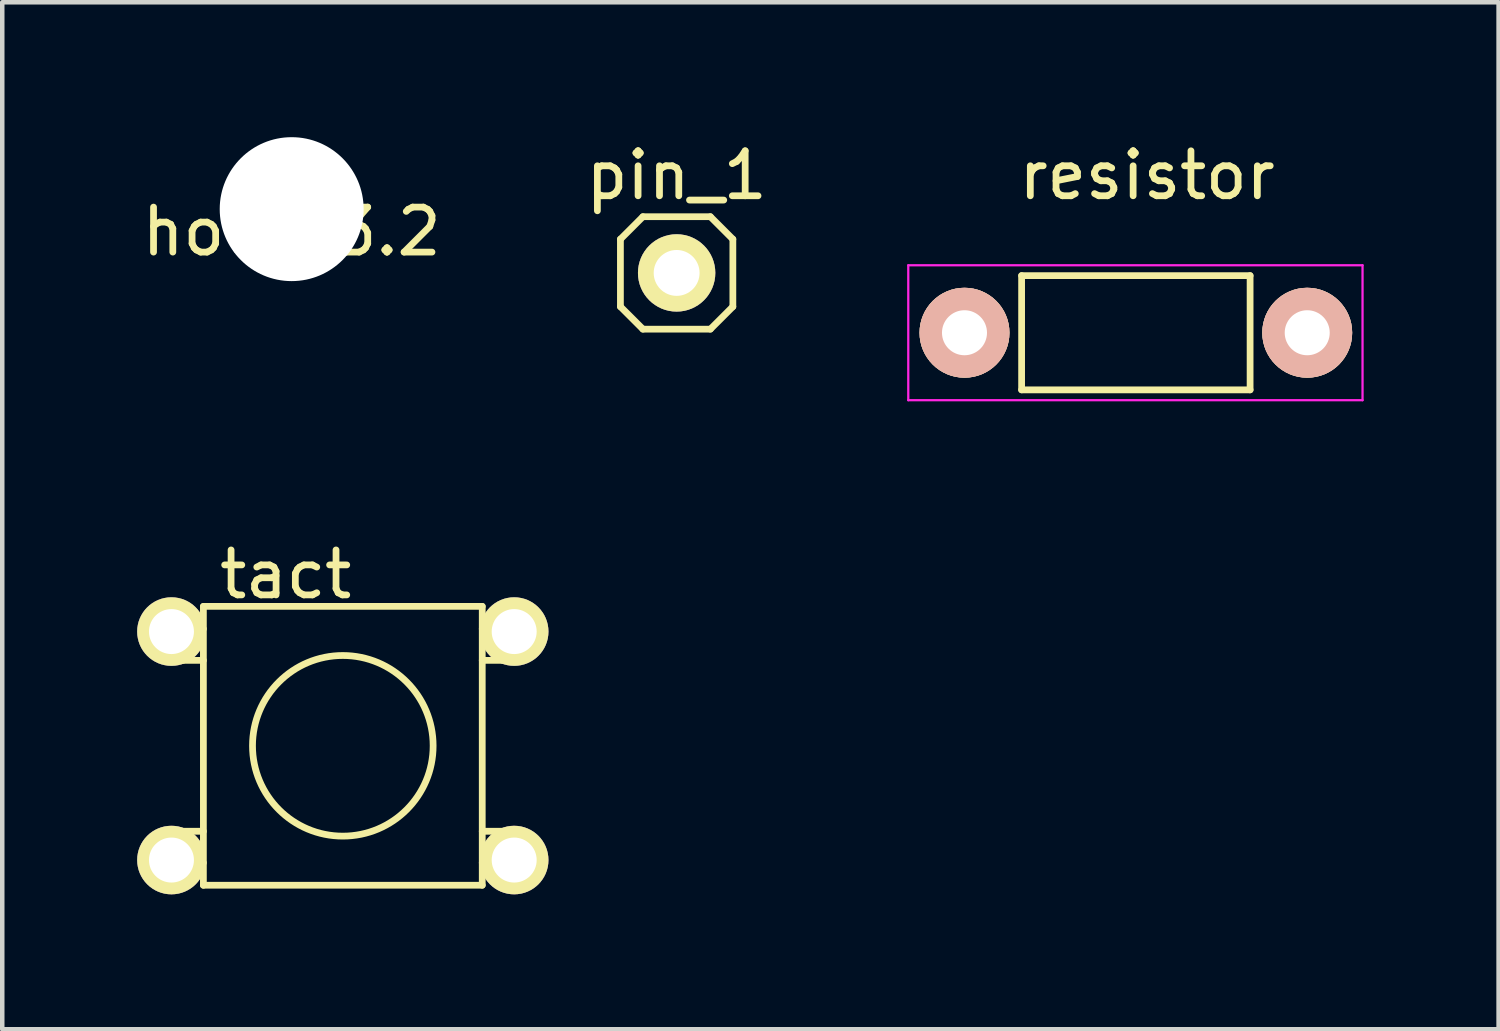
<source format=kicad_pcb>
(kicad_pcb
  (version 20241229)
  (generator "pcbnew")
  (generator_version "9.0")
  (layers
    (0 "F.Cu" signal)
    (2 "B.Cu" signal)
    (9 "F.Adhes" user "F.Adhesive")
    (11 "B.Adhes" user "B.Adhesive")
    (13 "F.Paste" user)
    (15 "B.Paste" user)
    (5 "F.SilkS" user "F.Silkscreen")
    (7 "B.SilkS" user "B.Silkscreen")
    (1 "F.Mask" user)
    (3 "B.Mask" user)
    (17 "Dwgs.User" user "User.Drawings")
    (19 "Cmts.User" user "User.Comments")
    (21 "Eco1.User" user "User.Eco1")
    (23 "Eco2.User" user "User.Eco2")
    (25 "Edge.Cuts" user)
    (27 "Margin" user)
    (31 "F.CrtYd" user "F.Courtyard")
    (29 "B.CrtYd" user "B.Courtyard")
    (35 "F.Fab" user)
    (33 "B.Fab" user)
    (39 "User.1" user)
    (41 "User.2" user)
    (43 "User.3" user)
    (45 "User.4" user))
  (footprint "holeφ3.2"
    (layer "F.Cu")
    (at 3.435 1.6)
    (property "Reference" "holeφ3.2" (at 0 0.5 0) (layer "F.SilkS") (effects (font (size 1 1) (thickness 0.15))))
    (attr through_hole)
    (pad "" np_thru_hole circle (at 0 0) (size 3.2 3.2) (drill 3.2) (layers "*.Cu" "*.Mask")))
  (footprint "tact"
    (layer "F.Cu")
    (at 4.572 13.532)
    (property "Reference" "tact" (at -1.27 -3.81 0) (layer "F.SilkS") (effects (font (size 1 1) (thickness 0.15))))
    (attr through_hole)
    (fp_line (start -3.8 -2.6) (end -3.8 -1.9) (stroke (width 0.15) (type solid)) (layer "F.SilkS"))
    (fp_line (start -3.8 -1.9) (end -3.1 -1.9) (stroke (width 0.15) (type solid)) (layer "F.SilkS"))
    (fp_line (start -3.8 1.9) (end -3.1 1.9) (stroke (width 0.15) (type solid)) (layer "F.SilkS"))
    (fp_line (start -3.8 2.6) (end -3.8 1.9) (stroke (width 0.15) (type solid)) (layer "F.SilkS"))
    (fp_line (start -3.1 -3.1) (end 3.1 -3.1) (stroke (width 0.15) (type solid)) (layer "F.SilkS"))
    (fp_line (start -3.1 -2.6) (end -3.8 -2.6) (stroke (width 0.15) (type solid)) (layer "F.SilkS"))
    (fp_line (start -3.1 2.6) (end -3.8 2.6) (stroke (width 0.15) (type solid)) (layer "F.SilkS"))
    (fp_line (start -3.1 3.1) (end -3.1 -3.1) (stroke (width 0.15) (type solid)) (layer "F.SilkS"))
    (fp_line (start 3.1 -3.1) (end 3.1 3.1) (stroke (width 0.15) (type solid)) (layer "F.SilkS"))
    (fp_line (start 3.1 -2.6) (end 3.8 -2.6) (stroke (width 0.15) (type solid)) (layer "F.SilkS"))
    (fp_line (start 3.1 1.9) (end 3.8 1.9) (stroke (width 0.15) (type solid)) (layer "F.SilkS"))
    (fp_line (start 3.1 3.1) (end -3.1 3.1) (stroke (width 0.15) (type solid)) (layer "F.SilkS"))
    (fp_line (start 3.8 -2.6) (end 3.8 -1.9) (stroke (width 0.15) (type solid)) (layer "F.SilkS"))
    (fp_line (start 3.8 -1.9) (end 3.1 -1.9) (stroke (width 0.15) (type solid)) (layer "F.SilkS"))
    (fp_line (start 3.8 1.9) (end 3.8 2.6) (stroke (width 0.15) (type solid)) (layer "F.SilkS"))
    (fp_line (start 3.8 2.6) (end 3.1 2.6) (stroke (width 0.15) (type solid)) (layer "F.SilkS"))
    (fp_circle (center 0 0) (end 1.905 -0.635) (stroke (width 0.15) (type solid)) (fill no) (layer "F.SilkS"))
    (pad "1" thru_hole circle (at -3.81 -2.54) (size 1.524 1.524) (drill 1) (layers "*.Cu" "*.Mask" "F.SilkS"))
    (pad "2" thru_hole circle (at -3.81 2.54) (size 1.524 1.524) (drill 1) (layers "*.Cu" "*.Mask" "F.SilkS"))
    (pad "3" thru_hole circle (at 3.81 -2.54) (size 1.524 1.524) (drill 1) (layers "*.Cu" "*.Mask" "F.SilkS"))
    (pad "4" thru_hole circle (at 3.81 2.54) (size 1.524 1.524) (drill 1) (layers "*.Cu" "*.Mask" "F.SilkS")))
  (footprint "pin_1"
    (layer "F.Cu")
    (at 11.994 3.018)
    (property "Reference" "pin_1" (at 0 -2.17 0) (layer "F.SilkS") (effects (font (size 1 1) (thickness 0.15))))
    (attr through_hole)
    (fp_line (start -1.25 -0.75) (end -1.25 0.75) (stroke (width 0.15) (type solid)) (layer "F.SilkS"))
    (fp_line (start -1.25 0.75) (end -0.75 1.25) (stroke (width 0.15) (type solid)) (layer "F.SilkS"))
    (fp_line (start -0.75 -1.25) (end -1.25 -0.75) (stroke (width 0.15) (type solid)) (layer "F.SilkS"))
    (fp_line (start -0.75 1.25) (end 0.75 1.25) (stroke (width 0.15) (type solid)) (layer "F.SilkS"))
    (fp_line (start 0.75 -1.25) (end -0.75 -1.25) (stroke (width 0.15) (type solid)) (layer "F.SilkS"))
    (fp_line (start 0.75 1.25) (end 1.25 0.75) (stroke (width 0.15) (type solid)) (layer "F.SilkS"))
    (fp_line (start 1.25 -0.75) (end 0.75 -1.25) (stroke (width 0.15) (type solid)) (layer "F.SilkS"))
    (fp_line (start 1.25 0.75) (end 1.25 -0.75) (stroke (width 0.15) (type solid)) (layer "F.SilkS"))
    (pad "1" thru_hole circle (at 0 0) (size 1.72 1.72) (drill 1.02) (layers "*.Cu" "*.Mask" "F.SilkS")))
  (footprint "resistor"
    (layer "F.Cu")
    (at 22.204 4.348)
    (property "Reference" "resistor" (at 0.249 -3.5 0) (layer "F.SilkS") (effects (font (size 1 1) (thickness 0.15))))
    (attr through_hole)
    (fp_line (start -2.54 -1.27) (end 2.54 -1.27) (stroke (width 0.15) (type solid)) (layer "F.SilkS"))
    (fp_line (start -2.54 1.27) (end -2.54 -1.27) (stroke (width 0.15) (type solid)) (layer "F.SilkS"))
    (fp_line (start 2.54 -1.27) (end 2.54 1.27) (stroke (width 0.15) (type solid)) (layer "F.SilkS"))
    (fp_line (start 2.54 1.27) (end -2.54 1.27) (stroke (width 0.15) (type solid)) (layer "F.SilkS"))
    (fp_line (start -5.06 -1.5) (end 5.04 -1.5) (stroke (width 0.05) (type solid)) (layer "F.CrtYd"))
    (fp_line (start -5.06 1.5) (end -5.06 -1.5) (stroke (width 0.05) (type solid)) (layer "F.CrtYd"))
    (fp_line (start -5.06 1.5) (end 5.04 1.5) (stroke (width 0.05) (type solid)) (layer "F.CrtYd"))
    (fp_line (start 5.04 -1.5) (end 5.04 1.5) (stroke (width 0.05) (type solid)) (layer "F.CrtYd"))
    (pad "1" thru_hole circle (at -3.81 0) (size 1.999 1.999) (drill 1.001) (layers "*.Cu" "*.SilkS" "*.Mask"))
    (pad "2" thru_hole circle (at 3.81 0) (size 1.999 1.999) (drill 1.001) (layers "*.Cu" "*.SilkS" "*.Mask")))
  (gr_rect
    (start -3 -3)
    (end 30.269 19.834)
    (stroke (width 0.1) (type default))
    (fill no)
    (layer "Edge.Cuts")))
</source>
